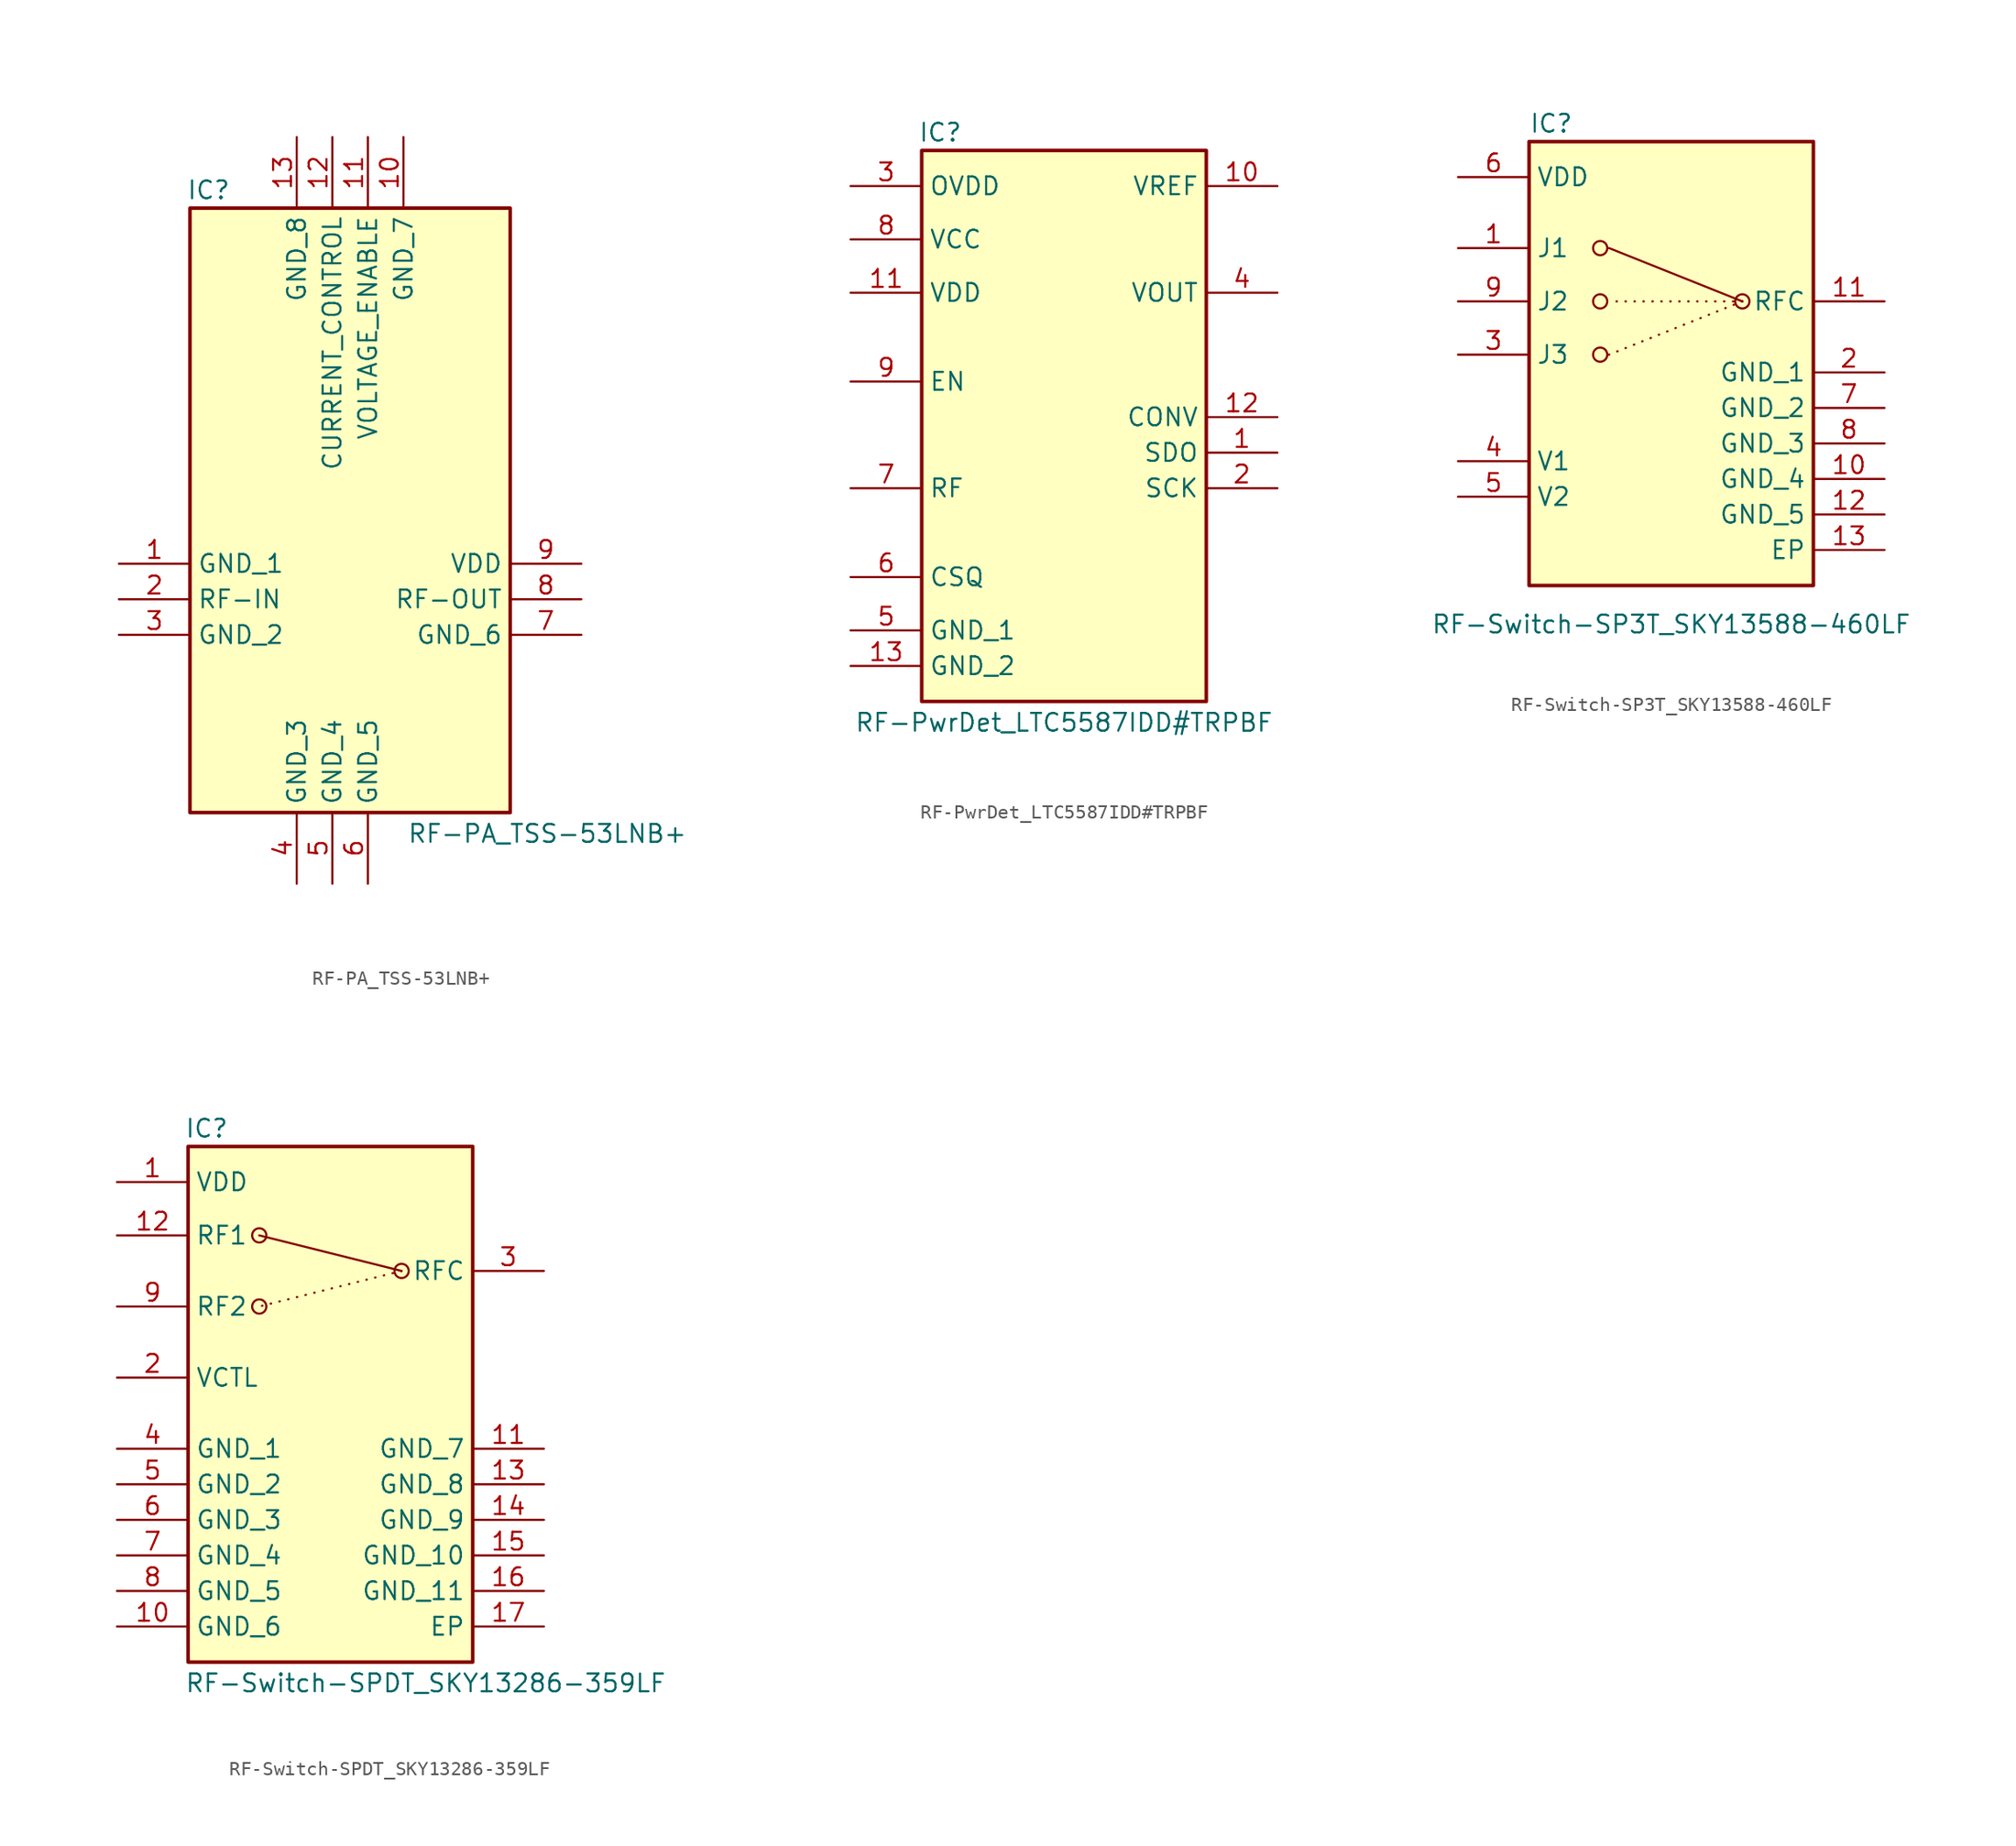
<source format=kicad_sym>
(kicad_symbol_lib
  (version 20231120)
  (generator "kicad_symbol_editor")
  (generator_version "8.0")
  (symbol "RF-PA_TSS-53LNB+"
    (property "Reference" "IC"
      (at -11.684 29.972 0)
      (effects (font (size 1.27 1.27)) (justify left top)))
    (property "Value" "RF-PA_TSS-53LNB+"
      (at 4.064 -16.002 0)
      (effects (font (size 1.27 1.27)) (justify left top)))
    (symbol "RF-PA_TSS-53LNB+_1_1"
      (rectangle (start -11.43 27.94) (end 11.43 -15.24) (stroke (width 0.254) (type default)) (fill (type background)))
      (pin passive line (at -16.51 2.54 0) (length 5.08) (name "GND_1" (effects (font (size 1.27 1.27)))) (number "1" (effects (font (size 1.27 1.27)))))
      (pin passive line (at 3.81 33.02 270) (length 5.08) (name "GND_7" (effects (font (size 1.27 1.27)))) (number "10" (effects (font (size 1.27 1.27)))))
      (pin passive line (at 1.27 33.02 270) (length 5.08) (name "VOLTAGE_ENABLE" (effects (font (size 1.27 1.27)))) (number "11" (effects (font (size 1.27 1.27)))))
      (pin passive line (at -1.27 33.02 270) (length 5.08) (name "CURRENT_CONTROL" (effects (font (size 1.27 1.27)))) (number "12" (effects (font (size 1.27 1.27)))))
      (pin passive line (at -3.81 33.02 270) (length 5.08) (name "GND_8" (effects (font (size 1.27 1.27)))) (number "13" (effects (font (size 1.27 1.27)))))
      (pin passive line (at -16.51 0 0) (length 5.08) (name "RF-IN" (effects (font (size 1.27 1.27)))) (number "2" (effects (font (size 1.27 1.27)))))
      (pin passive line (at -16.51 -2.54 0) (length 5.08) (name "GND_2" (effects (font (size 1.27 1.27)))) (number "3" (effects (font (size 1.27 1.27)))))
      (pin passive line (at -3.81 -20.32 90) (length 5.08) (name "GND_3" (effects (font (size 1.27 1.27)))) (number "4" (effects (font (size 1.27 1.27)))))
      (pin passive line (at -1.27 -20.32 90) (length 5.08) (name "GND_4" (effects (font (size 1.27 1.27)))) (number "5" (effects (font (size 1.27 1.27)))))
      (pin passive line (at 1.27 -20.32 90) (length 5.08) (name "GND_5" (effects (font (size 1.27 1.27)))) (number "6" (effects (font (size 1.27 1.27)))))
      (pin passive line (at 16.51 -2.54 180) (length 5.08) (name "GND_6" (effects (font (size 1.27 1.27)))) (number "7" (effects (font (size 1.27 1.27)))))
      (pin passive line (at 16.51 0 180) (length 5.08) (name "RF-OUT" (effects (font (size 1.27 1.27)))) (number "8" (effects (font (size 1.27 1.27)))))
      (pin passive line (at 16.51 2.54 180) (length 5.08) (name "VDD" (effects (font (size 1.27 1.27)))) (number "9" (effects (font (size 1.27 1.27)))))))
  (symbol "RF-PwrDet_LTC5587IDD#TRPBF"
    (property "Reference" "IC"
      (at -10.414 21.082 0)
      (effects (font (size 1.27 1.27)) (justify left top)))
    (property "Value" "RF-PwrDet_LTC5587IDD#TRPBF"
      (at 0 -21.082 0)
      (effects (font (size 1.27 1.27)) (justify top)))
    (symbol "RF-PwrDet_LTC5587IDD#TRPBF_1_1"
      (rectangle (start -10.16 19.05) (end 10.16 -20.32) (stroke (width 0.254) (type default)) (fill (type background)))
      (pin passive line (at 15.24 -2.54 180) (length 5.08) (name "SDO" (effects (font (size 1.27 1.27)))) (number "1" (effects (font (size 1.27 1.27)))))
      (pin passive line (at 15.24 16.51 180) (length 5.08) (name "VREF" (effects (font (size 1.27 1.27)))) (number "10" (effects (font (size 1.27 1.27)))))
      (pin passive line (at -15.24 8.89 0) (length 5.08) (name "VDD" (effects (font (size 1.27 1.27)))) (number "11" (effects (font (size 1.27 1.27)))))
      (pin passive line (at 15.24 0 180) (length 5.08) (name "CONV" (effects (font (size 1.27 1.27)))) (number "12" (effects (font (size 1.27 1.27)))))
      (pin passive line (at -15.24 -17.78 0) (length 5.08) (name "GND_2" (effects (font (size 1.27 1.27)))) (number "13" (effects (font (size 1.27 1.27)))))
      (pin passive line (at 15.24 -5.08 180) (length 5.08) (name "SCK" (effects (font (size 1.27 1.27)))) (number "2" (effects (font (size 1.27 1.27)))))
      (pin passive line (at -15.24 16.51 0) (length 5.08) (name "OVDD" (effects (font (size 1.27 1.27)))) (number "3" (effects (font (size 1.27 1.27)))))
      (pin passive line (at 15.24 8.89 180) (length 5.08) (name "VOUT" (effects (font (size 1.27 1.27)))) (number "4" (effects (font (size 1.27 1.27)))))
      (pin passive line (at -15.24 -15.24 0) (length 5.08) (name "GND_1" (effects (font (size 1.27 1.27)))) (number "5" (effects (font (size 1.27 1.27)))))
      (pin passive line (at -15.24 -11.43 0) (length 5.08) (name "CSQ" (effects (font (size 1.27 1.27)))) (number "6" (effects (font (size 1.27 1.27)))))
      (pin passive line (at -15.24 -5.08 0) (length 5.08) (name "RF" (effects (font (size 1.27 1.27)))) (number "7" (effects (font (size 1.27 1.27)))))
      (pin passive line (at -15.24 12.7 0) (length 5.08) (name "VCC" (effects (font (size 1.27 1.27)))) (number "8" (effects (font (size 1.27 1.27)))))
      (pin passive line (at -15.24 2.54 0) (length 5.08) (name "EN" (effects (font (size 1.27 1.27)))) (number "9" (effects (font (size 1.27 1.27)))))))
  (symbol "RF-Switch-SP3T_SKY13588-460LF"
    (property "Reference" "IC"
      (at -10.16 18.542 0)
      (effects (font (size 1.27 1.27)) (justify left top)))
    (property "Value" "RF-Switch-SP3T_SKY13588-460LF"
      (at 0 -17.272 0)
      (effects (font (size 1.27 1.27)) (justify top)))
    (symbol "RF-Switch-SP3T_SKY13588-460LF_0_1"
      (circle (center -5.08 1.27) (radius 0.508) (stroke (width 0) (type default)) (fill (type none)))
      (circle (center -5.08 5.08) (radius 0.508) (stroke (width 0) (type default)) (fill (type none)))
      (circle (center -5.08 8.89) (radius 0.508) (stroke (width 0) (type default)) (fill (type none)))
      (polyline (pts (xy 5.08 5.08) (xy -4.445 5.08)) (stroke (width 0) (type dot)) (fill (type none)))
      (polyline (pts (xy 5.08 5.08) (xy -4.445 8.89)) (stroke (width 0) (type default)) (fill (type none)))
      (circle (center 5.08 5.08) (radius 0.508) (stroke (width 0) (type default)) (fill (type none))))
    (symbol "RF-Switch-SP3T_SKY13588-460LF_1_1"
      (rectangle (start -10.16 16.51) (end 10.16 -15.24) (stroke (width 0.254) (type default)) (fill (type background)))
      (polyline (pts (xy 5.08 5.08) (xy -4.445 1.27)) (stroke (width 0) (type dot)) (fill (type none)))
      (pin passive line (at -15.24 8.89 0) (length 5.08) (name "J1" (effects (font (size 1.27 1.27)))) (number "1" (effects (font (size 1.27 1.27)))))
      (pin passive line (at 15.24 -7.62 180) (length 5.08) (name "GND_4" (effects (font (size 1.27 1.27)))) (number "10" (effects (font (size 1.27 1.27)))))
      (pin passive line (at 15.24 5.08 180) (length 5.08) (name "RFC" (effects (font (size 1.27 1.27)))) (number "11" (effects (font (size 1.27 1.27)))))
      (pin passive line (at 15.24 -10.16 180) (length 5.08) (name "GND_5" (effects (font (size 1.27 1.27)))) (number "12" (effects (font (size 1.27 1.27)))))
      (pin passive line (at 15.24 -12.7 180) (length 5.08) (name "EP" (effects (font (size 1.27 1.27)))) (number "13" (effects (font (size 1.27 1.27)))))
      (pin passive line (at 15.24 0 180) (length 5.08) (name "GND_1" (effects (font (size 1.27 1.27)))) (number "2" (effects (font (size 1.27 1.27)))))
      (pin passive line (at -15.24 1.27 0) (length 5.08) (name "J3" (effects (font (size 1.27 1.27)))) (number "3" (effects (font (size 1.27 1.27)))))
      (pin passive line (at -15.24 -6.35 0) (length 5.08) (name "V1" (effects (font (size 1.27 1.27)))) (number "4" (effects (font (size 1.27 1.27)))))
      (pin passive line (at -15.24 -8.89 0) (length 5.08) (name "V2" (effects (font (size 1.27 1.27)))) (number "5" (effects (font (size 1.27 1.27)))))
      (pin passive line (at -15.24 13.97 0) (length 5.08) (name "VDD" (effects (font (size 1.27 1.27)))) (number "6" (effects (font (size 1.27 1.27)))))
      (pin passive line (at 15.24 -2.54 180) (length 5.08) (name "GND_2" (effects (font (size 1.27 1.27)))) (number "7" (effects (font (size 1.27 1.27)))))
      (pin passive line (at 15.24 -5.08 180) (length 5.08) (name "GND_3" (effects (font (size 1.27 1.27)))) (number "8" (effects (font (size 1.27 1.27)))))
      (pin passive line (at -15.24 5.08 0) (length 5.08) (name "J2" (effects (font (size 1.27 1.27)))) (number "9" (effects (font (size 1.27 1.27)))))))
  (symbol "RF-Switch-SPDT_SKY13286-359LF"
    (property "Reference" "IC"
      (at -10.414 21.082 0)
      (effects (font (size 1.27 1.27)) (justify left top)))
    (property "Value" "RF-Switch-SPDT_SKY13286-359LF"
      (at -10.414 -18.542 0)
      (effects (font (size 1.27 1.27)) (justify left top)))
    (symbol "RF-Switch-SPDT_SKY13286-359LF_0_1"
      (circle (center -5.08 7.62) (radius 0.508) (stroke (width 0) (type default)) (fill (type none)))
      (circle (center -5.08 12.7) (radius 0.508) (stroke (width 0) (type default)) (fill (type none)))
      (polyline (pts (xy 5.08 10.16) (xy -5.08 7.62)) (stroke (width 0) (type dot)) (fill (type none)))
      (polyline (pts (xy 5.08 10.16) (xy -5.08 12.7)) (stroke (width 0) (type default)) (fill (type none)))
      (circle (center 5.08 10.16) (radius 0.508) (stroke (width 0) (type default)) (fill (type none))))
    (symbol "RF-Switch-SPDT_SKY13286-359LF_1_1"
      (rectangle (start -10.16 19.05) (end 10.16 -17.78) (stroke (width 0.254) (type default)) (fill (type background)))
      (pin passive line (at -15.24 16.51 0) (length 5.08) (name "VDD" (effects (font (size 1.27 1.27)))) (number "1" (effects (font (size 1.27 1.27)))))
      (pin passive line (at -15.24 -15.24 0) (length 5.08) (name "GND_6" (effects (font (size 1.27 1.27)))) (number "10" (effects (font (size 1.27 1.27)))))
      (pin passive line (at 15.24 -2.54 180) (length 5.08) (name "GND_7" (effects (font (size 1.27 1.27)))) (number "11" (effects (font (size 1.27 1.27)))))
      (pin passive line (at -15.24 12.7 0) (length 5.08) (name "RF1" (effects (font (size 1.27 1.27)))) (number "12" (effects (font (size 1.27 1.27)))))
      (pin passive line (at 15.24 -5.08 180) (length 5.08) (name "GND_8" (effects (font (size 1.27 1.27)))) (number "13" (effects (font (size 1.27 1.27)))))
      (pin passive line (at 15.24 -7.62 180) (length 5.08) (name "GND_9" (effects (font (size 1.27 1.27)))) (number "14" (effects (font (size 1.27 1.27)))))
      (pin passive line (at 15.24 -10.16 180) (length 5.08) (name "GND_10" (effects (font (size 1.27 1.27)))) (number "15" (effects (font (size 1.27 1.27)))))
      (pin passive line (at 15.24 -12.7 180) (length 5.08) (name "GND_11" (effects (font (size 1.27 1.27)))) (number "16" (effects (font (size 1.27 1.27)))))
      (pin passive line (at 15.24 -15.24 180) (length 5.08) (name "EP" (effects (font (size 1.27 1.27)))) (number "17" (effects (font (size 1.27 1.27)))))
      (pin passive line (at -15.24 2.54 0) (length 5.08) (name "VCTL" (effects (font (size 1.27 1.27)))) (number "2" (effects (font (size 1.27 1.27)))))
      (pin passive line (at 15.24 10.16 180) (length 5.08) (name "RFC" (effects (font (size 1.27 1.27)))) (number "3" (effects (font (size 1.27 1.27)))))
      (pin passive line (at -15.24 -2.54 0) (length 5.08) (name "GND_1" (effects (font (size 1.27 1.27)))) (number "4" (effects (font (size 1.27 1.27)))))
      (pin passive line (at -15.24 -5.08 0) (length 5.08) (name "GND_2" (effects (font (size 1.27 1.27)))) (number "5" (effects (font (size 1.27 1.27)))))
      (pin passive line (at -15.24 -7.62 0) (length 5.08) (name "GND_3" (effects (font (size 1.27 1.27)))) (number "6" (effects (font (size 1.27 1.27)))))
      (pin passive line (at -15.24 -10.16 0) (length 5.08) (name "GND_4" (effects (font (size 1.27 1.27)))) (number "7" (effects (font (size 1.27 1.27)))))
      (pin passive line (at -15.24 -12.7 0) (length 5.08) (name "GND_5" (effects (font (size 1.27 1.27)))) (number "8" (effects (font (size 1.27 1.27)))))
      (pin passive line (at -15.24 7.62 0) (length 5.08) (name "RF2" (effects (font (size 1.27 1.27)))) (number "9" (effects (font (size 1.27 1.27))))))))
</source>
